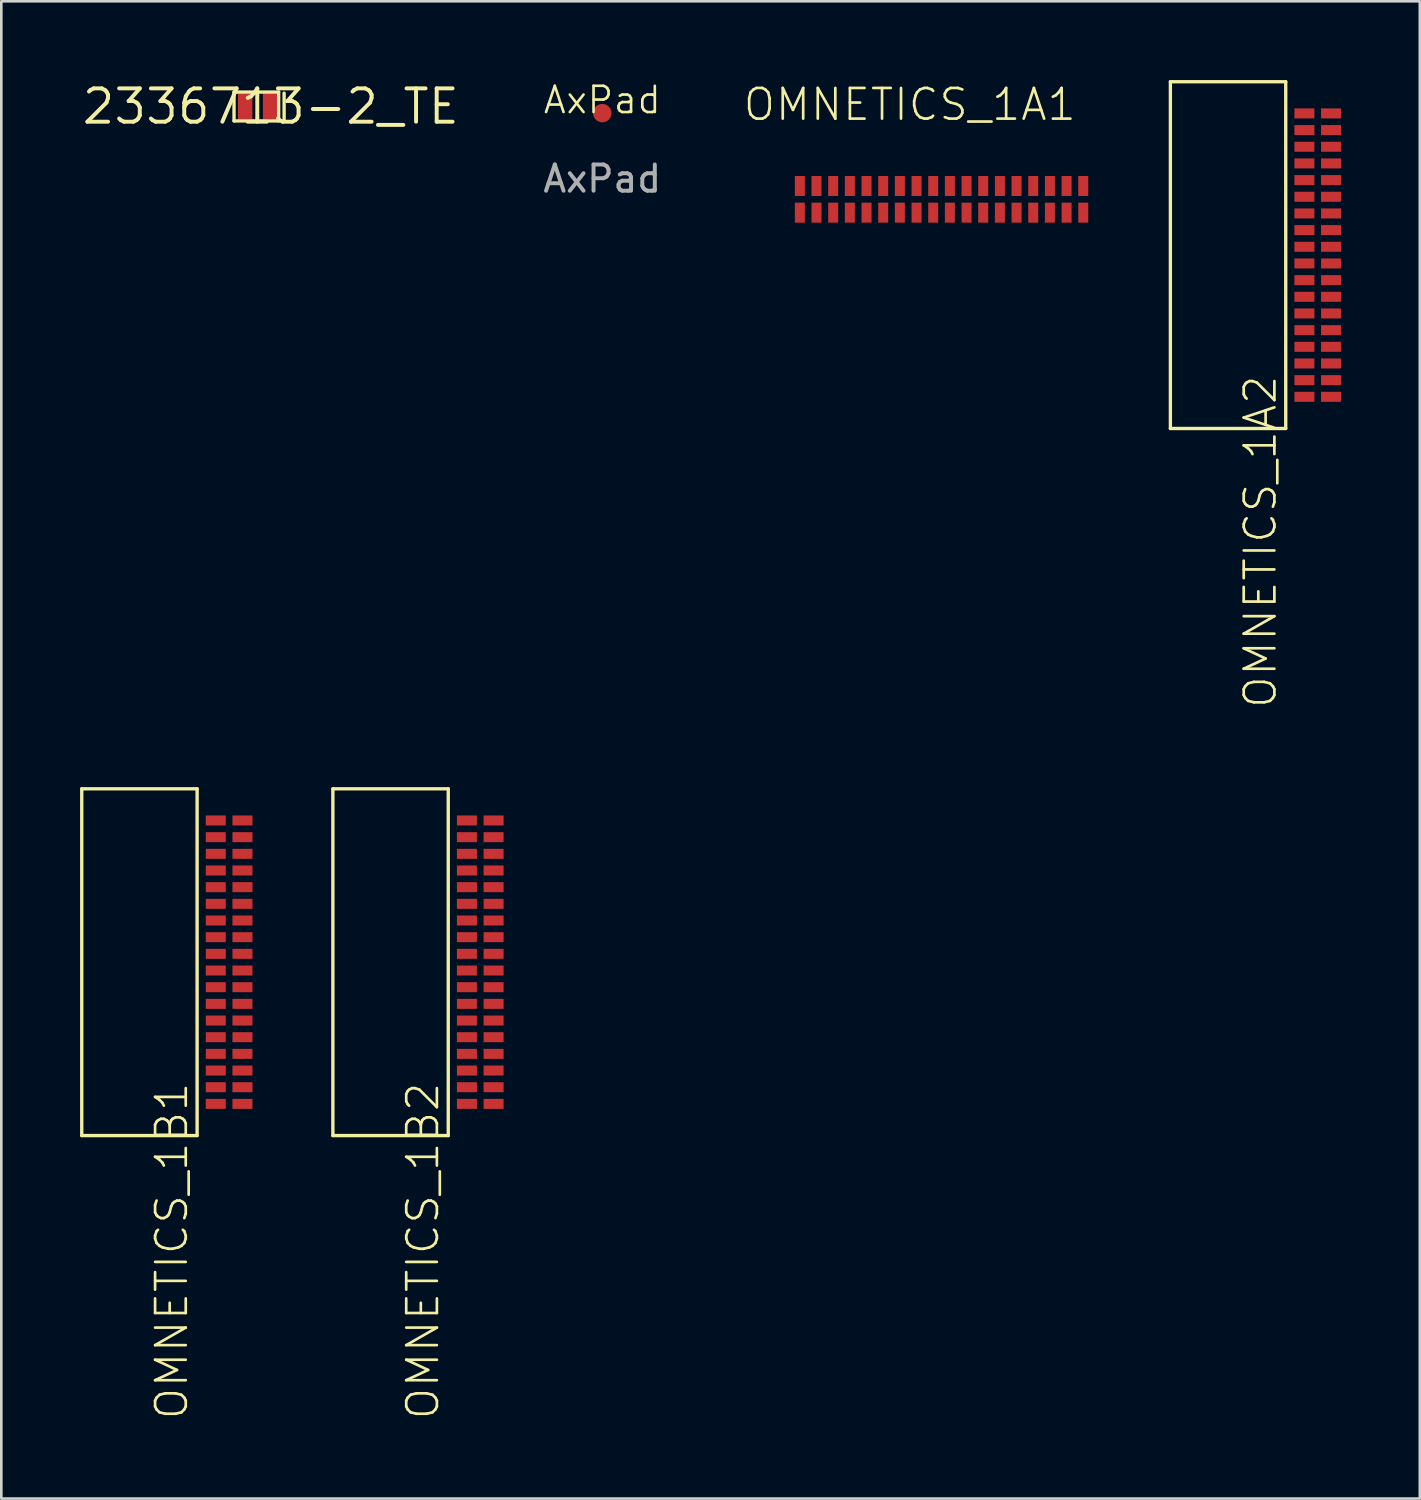
<source format=kicad_pcb>
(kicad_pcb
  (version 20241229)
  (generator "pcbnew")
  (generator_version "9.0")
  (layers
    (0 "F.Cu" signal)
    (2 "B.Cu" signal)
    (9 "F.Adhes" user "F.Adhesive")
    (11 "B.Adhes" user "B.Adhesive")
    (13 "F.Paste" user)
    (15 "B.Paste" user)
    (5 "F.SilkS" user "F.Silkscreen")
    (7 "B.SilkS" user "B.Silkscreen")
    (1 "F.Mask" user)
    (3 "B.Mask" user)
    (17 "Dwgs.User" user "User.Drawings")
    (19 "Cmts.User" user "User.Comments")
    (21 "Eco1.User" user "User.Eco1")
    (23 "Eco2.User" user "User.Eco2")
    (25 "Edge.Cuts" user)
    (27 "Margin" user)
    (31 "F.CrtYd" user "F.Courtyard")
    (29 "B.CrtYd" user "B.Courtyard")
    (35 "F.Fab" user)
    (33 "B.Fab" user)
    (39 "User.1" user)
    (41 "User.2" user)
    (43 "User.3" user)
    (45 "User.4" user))
  (footprint "AxPad"
    (layer "F.Cu")
    (at 19.892 1.26)
    (property "Reference" "AxPad" (at 0 -0.5 0) (unlocked yes) (layer "F.SilkS") (effects (font (size 1 1) (thickness 0.1))))
    (fp_text user "${REFERENCE}" (at 0 2.5 0) (unlocked yes) (layer "F.Fab") (effects (font (size 1 1) (thickness 0.15))))
    (pad "1" smd circle (at 0 0) (size 0.7 0.7) (layers "F.Cu" "F.Mask" "F.Paste")))
  (footprint "OMNETICS_1A1"
    (layer "F.Cu")
    (at 38.217 4.534)
    (property "Reference" "OMNETICS_1A1" (at -0.205 -4.284 180) (layer "F.SilkS") (effects (font (size 1.168 1.168) (thickness 0.102)) (justify right top)))
    (pad "1A1" smd rect (at -0.64 -0.5 180) (size 0.381 0.762) (layers "F.Cu" "F.Mask" "F.Paste"))
    (pad "1A1G" smd rect (at -10.8 -0.5 180) (size 0.381 0.762) (layers "F.Cu" "F.Mask" "F.Paste"))
    (pad "1A1G" smd rect (at -0.005 -0.5 180) (size 0.381 0.762) (layers "F.Cu" "F.Mask" "F.Paste"))
    (pad "1A1R" smd rect (at -10.8 0.516 180) (size 0.381 0.762) (layers "F.Cu" "F.Mask" "F.Paste"))
    (pad "1A1R" smd rect (at -0.005 0.516 180) (size 0.381 0.762) (layers "F.Cu" "F.Mask" "F.Paste"))
    (pad "1A2" smd rect (at -1.275 -0.5 180) (size 0.381 0.762) (layers "F.Cu" "F.Mask" "F.Paste"))
    (pad "1A3" smd rect (at -1.91 -0.5 180) (size 0.381 0.762) (layers "F.Cu" "F.Mask" "F.Paste"))
    (pad "1A4" smd rect (at -2.545 -0.5 180) (size 0.381 0.762) (layers "F.Cu" "F.Mask" "F.Paste"))
    (pad "1A5" smd rect (at -3.18 -0.5 180) (size 0.381 0.762) (layers "F.Cu" "F.Mask" "F.Paste"))
    (pad "1A6" smd rect (at -3.815 -0.5 180) (size 0.381 0.762) (layers "F.Cu" "F.Mask" "F.Paste"))
    (pad "1A7" smd rect (at -4.45 -0.5 180) (size 0.381 0.762) (layers "F.Cu" "F.Mask" "F.Paste"))
    (pad "1A8" smd rect (at -5.085 -0.5 180) (size 0.381 0.762) (layers "F.Cu" "F.Mask" "F.Paste"))
    (pad "1A9" smd rect (at -5.72 -0.5 180) (size 0.381 0.762) (layers "F.Cu" "F.Mask" "F.Paste"))
    (pad "1A10" smd rect (at -6.355 -0.5 180) (size 0.381 0.762) (layers "F.Cu" "F.Mask" "F.Paste"))
    (pad "1A11" smd rect (at -6.99 -0.5 180) (size 0.381 0.762) (layers "F.Cu" "F.Mask" "F.Paste"))
    (pad "1A12" smd rect (at -7.625 -0.5 180) (size 0.381 0.762) (layers "F.Cu" "F.Mask" "F.Paste"))
    (pad "1A13" smd rect (at -8.26 -0.5 180) (size 0.381 0.762) (layers "F.Cu" "F.Mask" "F.Paste"))
    (pad "1A14" smd rect (at -8.895 -0.5 180) (size 0.381 0.762) (layers "F.Cu" "F.Mask" "F.Paste"))
    (pad "1A15" smd rect (at -9.53 -0.5 180) (size 0.381 0.762) (layers "F.Cu" "F.Mask" "F.Paste"))
    (pad "1A16" smd rect (at -10.165 -0.5 180) (size 0.381 0.762) (layers "F.Cu" "F.Mask" "F.Paste"))
    (pad "1A17" smd rect (at -0.64 0.516 180) (size 0.381 0.762) (layers "F.Cu" "F.Mask" "F.Paste"))
    (pad "1A18" smd rect (at -1.275 0.516 180) (size 0.381 0.762) (layers "F.Cu" "F.Mask" "F.Paste"))
    (pad "1A19" smd rect (at -1.91 0.516 180) (size 0.381 0.762) (layers "F.Cu" "F.Mask" "F.Paste"))
    (pad "1A20" smd rect (at -2.545 0.516 180) (size 0.381 0.762) (layers "F.Cu" "F.Mask" "F.Paste"))
    (pad "1A21" smd rect (at -3.18 0.516 180) (size 0.381 0.762) (layers "F.Cu" "F.Mask" "F.Paste"))
    (pad "1A22" smd rect (at -3.815 0.516 180) (size 0.381 0.762) (layers "F.Cu" "F.Mask" "F.Paste"))
    (pad "1A23" smd rect (at -4.45 0.516 180) (size 0.381 0.762) (layers "F.Cu" "F.Mask" "F.Paste"))
    (pad "1A24" smd rect (at -5.085 0.516 180) (size 0.381 0.762) (layers "F.Cu" "F.Mask" "F.Paste"))
    (pad "1A25" smd rect (at -5.72 0.516 180) (size 0.381 0.762) (layers "F.Cu" "F.Mask" "F.Paste"))
    (pad "1A26" smd rect (at -6.355 0.516 180) (size 0.381 0.762) (layers "F.Cu" "F.Mask" "F.Paste"))
    (pad "1A27" smd rect (at -6.99 0.516 180) (size 0.381 0.762) (layers "F.Cu" "F.Mask" "F.Paste"))
    (pad "1A28" smd rect (at -7.625 0.516 180) (size 0.381 0.762) (layers "F.Cu" "F.Mask" "F.Paste"))
    (pad "1A29" smd rect (at -8.26 0.516 180) (size 0.381 0.762) (layers "F.Cu" "F.Mask" "F.Paste"))
    (pad "1A30" smd rect (at -8.895 0.516 180) (size 0.381 0.762) (layers "F.Cu" "F.Mask" "F.Paste"))
    (pad "1A31" smd rect (at -9.53 0.516 180) (size 0.381 0.762) (layers "F.Cu" "F.Mask" "F.Paste"))
    (pad "1A32" smd rect (at -10.165 0.516 180) (size 0.381 0.762) (layers "F.Cu" "F.Mask" "F.Paste")))
  (footprint "2336713-2_TE"
    (layer "F.Cu")
    (at 7.264 1.006)
    (property "Reference" "2336713-2_TE" (at 0 0 0) (layer "F.SilkS") (effects (font (size 1.27 1.27) (thickness 0.15))))
    (fp_line (start -1.4 0.55) (end -1.4 -0.55) (stroke (width 0.127) (type solid)) (layer "F.SilkS"))
    (fp_line (start 0.3 -0.55) (end -1.4 -0.55) (stroke (width 0.127) (type solid)) (layer "F.SilkS"))
    (fp_line (start 0.3 -0.55) (end 0.3 0.55) (stroke (width 0.127) (type solid)) (layer "F.SilkS"))
    (fp_line (start 0.3 0.55) (end -1.4 0.55) (stroke (width 0.127) (type solid)) (layer "F.SilkS"))
    (fp_line (start 0.508 -0.508) (end 0.508 0.508) (stroke (width 0.127) (type solid)) (layer "F.SilkS"))
    (pad "P$1" smd rect (at -0.975 0) (size 0.55 1) (layers "F.Cu" "F.Mask" "F.Paste"))
    (pad "P$2" smd rect (at 0 0) (size 0.6 1) (layers "F.Cu" "F.Mask" "F.Paste")))
  (footprint "OMNETICS_1A2"
    (layer "F.Cu")
    (at 47.152 1.27)
    (property "Reference" "OMNETICS_1A2" (at -2.878 9.906 270) (layer "F.SilkS") (effects (font (size 1.168 1.168) (thickness 0.102)) (justify right top)))
    (fp_line (start -5.621 -1.206) (end -5.621 12.002) (stroke (width 0.127) (type solid)) (layer "F.SilkS"))
    (fp_line (start -5.621 12.002) (end -1.227 12.002) (stroke (width 0.127) (type solid)) (layer "F.SilkS"))
    (fp_line (start -1.227 -1.206) (end -5.621 -1.206) (stroke (width 0.127) (type solid)) (layer "F.SilkS"))
    (fp_line (start -1.227 12.002) (end -1.227 -1.206) (stroke (width 0.127) (type solid)) (layer "F.SilkS"))
    (pad "1A2G" smd rect (at -0.516 0 270) (size 0.381 0.762) (layers "F.Cu" "F.Mask" "F.Paste"))
    (pad "1A2G" smd rect (at -0.516 10.795 270) (size 0.381 0.762) (layers "F.Cu" "F.Mask" "F.Paste"))
    (pad "1A2R" smd rect (at 0.5 0 270) (size 0.381 0.762) (layers "F.Cu" "F.Mask" "F.Paste"))
    (pad "1A2R" smd rect (at 0.5 10.795 270) (size 0.381 0.762) (layers "F.Cu" "F.Mask" "F.Paste"))
    (pad "1A33" smd rect (at -0.516 0.635 270) (size 0.381 0.762) (layers "F.Cu" "F.Mask" "F.Paste"))
    (pad "1A34" smd rect (at -0.516 1.27 270) (size 0.381 0.762) (layers "F.Cu" "F.Mask" "F.Paste"))
    (pad "1A35" smd rect (at -0.516 1.905 270) (size 0.381 0.762) (layers "F.Cu" "F.Mask" "F.Paste"))
    (pad "1A36" smd rect (at -0.516 2.54 270) (size 0.381 0.762) (layers "F.Cu" "F.Mask" "F.Paste"))
    (pad "1A37" smd rect (at -0.516 3.175 270) (size 0.381 0.762) (layers "F.Cu" "F.Mask" "F.Paste"))
    (pad "1A38" smd rect (at -0.516 3.81 270) (size 0.381 0.762) (layers "F.Cu" "F.Mask" "F.Paste"))
    (pad "1A39" smd rect (at -0.516 4.445 270) (size 0.381 0.762) (layers "F.Cu" "F.Mask" "F.Paste"))
    (pad "1A40" smd rect (at -0.516 5.08 270) (size 0.381 0.762) (layers "F.Cu" "F.Mask" "F.Paste"))
    (pad "1A41" smd rect (at -0.516 5.715 270) (size 0.381 0.762) (layers "F.Cu" "F.Mask" "F.Paste"))
    (pad "1A42" smd rect (at -0.516 6.35 270) (size 0.381 0.762) (layers "F.Cu" "F.Mask" "F.Paste"))
    (pad "1A43" smd rect (at -0.516 6.985 270) (size 0.381 0.762) (layers "F.Cu" "F.Mask" "F.Paste"))
    (pad "1A44" smd rect (at -0.516 7.62 270) (size 0.381 0.762) (layers "F.Cu" "F.Mask" "F.Paste"))
    (pad "1A45" smd rect (at -0.516 8.255 270) (size 0.381 0.762) (layers "F.Cu" "F.Mask" "F.Paste"))
    (pad "1A46" smd rect (at -0.516 8.89 270) (size 0.381 0.762) (layers "F.Cu" "F.Mask" "F.Paste"))
    (pad "1A47" smd rect (at -0.516 9.525 270) (size 0.381 0.762) (layers "F.Cu" "F.Mask" "F.Paste"))
    (pad "1A48" smd rect (at -0.516 10.16 270) (size 0.381 0.762) (layers "F.Cu" "F.Mask" "F.Paste"))
    (pad "1A49" smd rect (at 0.5 0.635 270) (size 0.381 0.762) (layers "F.Cu" "F.Mask" "F.Paste"))
    (pad "1A50" smd rect (at 0.5 1.27 270) (size 0.381 0.762) (layers "F.Cu" "F.Mask" "F.Paste"))
    (pad "1A51" smd rect (at 0.5 1.905 270) (size 0.381 0.762) (layers "F.Cu" "F.Mask" "F.Paste"))
    (pad "1A52" smd rect (at 0.5 2.54 270) (size 0.381 0.762) (layers "F.Cu" "F.Mask" "F.Paste"))
    (pad "1A53" smd rect (at 0.5 3.175 270) (size 0.381 0.762) (layers "F.Cu" "F.Mask" "F.Paste"))
    (pad "1A54" smd rect (at 0.5 3.81 270) (size 0.381 0.762) (layers "F.Cu" "F.Mask" "F.Paste"))
    (pad "1A55" smd rect (at 0.5 4.445 270) (size 0.381 0.762) (layers "F.Cu" "F.Mask" "F.Paste"))
    (pad "1A56" smd rect (at 0.5 5.08 270) (size 0.381 0.762) (layers "F.Cu" "F.Mask" "F.Paste"))
    (pad "1A57" smd rect (at 0.5 5.715 270) (size 0.381 0.762) (layers "F.Cu" "F.Mask" "F.Paste"))
    (pad "1A58" smd rect (at 0.5 6.35 270) (size 0.381 0.762) (layers "F.Cu" "F.Mask" "F.Paste"))
    (pad "1A59" smd rect (at 0.5 6.985 270) (size 0.381 0.762) (layers "F.Cu" "F.Mask" "F.Paste"))
    (pad "1A60" smd rect (at 0.5 7.62 270) (size 0.381 0.762) (layers "F.Cu" "F.Mask" "F.Paste"))
    (pad "1A61" smd rect (at 0.5 8.255 270) (size 0.381 0.762) (layers "F.Cu" "F.Mask" "F.Paste"))
    (pad "1A62" smd rect (at 0.5 8.89 270) (size 0.381 0.762) (layers "F.Cu" "F.Mask" "F.Paste"))
    (pad "1A63" smd rect (at 0.5 9.525 270) (size 0.381 0.762) (layers "F.Cu" "F.Mask" "F.Paste"))
    (pad "1A64" smd rect (at 0.5 10.16 270) (size 0.381 0.762) (layers "F.Cu" "F.Mask" "F.Paste")))
  (footprint "OMNETICS_1B1"
    (layer "F.Cu")
    (at 5.685 28.203)
    (property "Reference" "OMNETICS_1B1" (at -2.878 9.906 270) (layer "F.SilkS") (effects (font (size 1.168 1.168) (thickness 0.102)) (justify right top)))
    (fp_line (start -5.621 -1.206) (end -5.621 12.002) (stroke (width 0.127) (type solid)) (layer "F.SilkS"))
    (fp_line (start -5.621 12.002) (end -1.227 12.002) (stroke (width 0.127) (type solid)) (layer "F.SilkS"))
    (fp_line (start -1.227 -1.206) (end -5.621 -1.206) (stroke (width 0.127) (type solid)) (layer "F.SilkS"))
    (fp_line (start -1.227 12.002) (end -1.227 -1.206) (stroke (width 0.127) (type solid)) (layer "F.SilkS"))
    (pad "1B1" smd rect (at -0.516 0 270) (size 0.381 0.762) (layers "F.Cu" "F.Mask" "F.Paste"))
    (pad "1B2" smd rect (at -0.516 0.635 270) (size 0.381 0.762) (layers "F.Cu" "F.Mask" "F.Paste"))
    (pad "1B3" smd rect (at -0.516 1.27 270) (size 0.381 0.762) (layers "F.Cu" "F.Mask" "F.Paste"))
    (pad "1B4" smd rect (at -0.516 1.905 270) (size 0.381 0.762) (layers "F.Cu" "F.Mask" "F.Paste"))
    (pad "1B5" smd rect (at -0.516 2.54 270) (size 0.381 0.762) (layers "F.Cu" "F.Mask" "F.Paste"))
    (pad "1B6" smd rect (at -0.516 3.175 270) (size 0.381 0.762) (layers "F.Cu" "F.Mask" "F.Paste"))
    (pad "1B7" smd rect (at -0.516 3.81 270) (size 0.381 0.762) (layers "F.Cu" "F.Mask" "F.Paste"))
    (pad "1B8" smd rect (at -0.516 4.445 270) (size 0.381 0.762) (layers "F.Cu" "F.Mask" "F.Paste"))
    (pad "1B9" smd rect (at -0.516 5.08 270) (size 0.381 0.762) (layers "F.Cu" "F.Mask" "F.Paste"))
    (pad "1B10" smd rect (at -0.516 5.715 270) (size 0.381 0.762) (layers "F.Cu" "F.Mask" "F.Paste"))
    (pad "1B11" smd rect (at -0.516 6.35 270) (size 0.381 0.762) (layers "F.Cu" "F.Mask" "F.Paste"))
    (pad "1B12" smd rect (at -0.516 6.985 270) (size 0.381 0.762) (layers "F.Cu" "F.Mask" "F.Paste"))
    (pad "1B13" smd rect (at -0.516 7.62 270) (size 0.381 0.762) (layers "F.Cu" "F.Mask" "F.Paste"))
    (pad "1B14" smd rect (at -0.516 8.255 270) (size 0.381 0.762) (layers "F.Cu" "F.Mask" "F.Paste"))
    (pad "1B15" smd rect (at -0.516 8.89 270) (size 0.381 0.762) (layers "F.Cu" "F.Mask" "F.Paste"))
    (pad "1B16" smd rect (at -0.516 9.525 270) (size 0.381 0.762) (layers "F.Cu" "F.Mask" "F.Paste"))
    (pad "1B17" smd rect (at -0.516 10.16 270) (size 0.381 0.762) (layers "F.Cu" "F.Mask" "F.Paste"))
    (pad "1B18" smd rect (at -0.516 10.795 270) (size 0.381 0.762) (layers "F.Cu" "F.Mask" "F.Paste"))
    (pad "1B19" smd rect (at 0.5 0 270) (size 0.381 0.762) (layers "F.Cu" "F.Mask" "F.Paste"))
    (pad "1B20" smd rect (at 0.5 0.635 270) (size 0.381 0.762) (layers "F.Cu" "F.Mask" "F.Paste"))
    (pad "1B21" smd rect (at 0.5 1.27 270) (size 0.381 0.762) (layers "F.Cu" "F.Mask" "F.Paste"))
    (pad "1B22" smd rect (at 0.5 1.905 270) (size 0.381 0.762) (layers "F.Cu" "F.Mask" "F.Paste"))
    (pad "1B23" smd rect (at 0.5 2.54 270) (size 0.381 0.762) (layers "F.Cu" "F.Mask" "F.Paste"))
    (pad "1B24" smd rect (at 0.5 3.175 270) (size 0.381 0.762) (layers "F.Cu" "F.Mask" "F.Paste"))
    (pad "1B25" smd rect (at 0.5 3.81 270) (size 0.381 0.762) (layers "F.Cu" "F.Mask" "F.Paste"))
    (pad "1B26" smd rect (at 0.5 4.445 270) (size 0.381 0.762) (layers "F.Cu" "F.Mask" "F.Paste"))
    (pad "1B27" smd rect (at 0.5 5.08 270) (size 0.381 0.762) (layers "F.Cu" "F.Mask" "F.Paste"))
    (pad "1B28" smd rect (at 0.5 5.715 270) (size 0.381 0.762) (layers "F.Cu" "F.Mask" "F.Paste"))
    (pad "1B29" smd rect (at 0.5 6.35 270) (size 0.381 0.762) (layers "F.Cu" "F.Mask" "F.Paste"))
    (pad "1B30" smd rect (at 0.5 6.985 270) (size 0.381 0.762) (layers "F.Cu" "F.Mask" "F.Paste"))
    (pad "1B31" smd rect (at 0.5 7.62 270) (size 0.381 0.762) (layers "F.Cu" "F.Mask" "F.Paste"))
    (pad "1B32" smd rect (at 0.5 8.255 270) (size 0.381 0.762) (layers "F.Cu" "F.Mask" "F.Paste"))
    (pad "1B33" smd rect (at 0.5 8.89 270) (size 0.381 0.762) (layers "F.Cu" "F.Mask" "F.Paste"))
    (pad "1B34" smd rect (at 0.5 9.525 270) (size 0.381 0.762) (layers "F.Cu" "F.Mask" "F.Paste"))
    (pad "1B35" smd rect (at 0.5 10.16 270) (size 0.381 0.762) (layers "F.Cu" "F.Mask" "F.Paste"))
    (pad "1B36" smd rect (at 0.5 10.795 270) (size 0.381 0.762) (layers "F.Cu" "F.Mask" "F.Paste")))
  (footprint "OMNETICS_1B2"
    (layer "F.Cu")
    (at 15.251 28.203)
    (property "Reference" "OMNETICS_1B2" (at -2.878 9.906 270) (layer "F.SilkS") (effects (font (size 1.168 1.168) (thickness 0.102)) (justify right top)))
    (fp_line (start -5.621 -1.206) (end -5.621 12.002) (stroke (width 0.127) (type solid)) (layer "F.SilkS"))
    (fp_line (start -5.621 12.002) (end -1.227 12.002) (stroke (width 0.127) (type solid)) (layer "F.SilkS"))
    (fp_line (start -1.227 -1.206) (end -5.621 -1.206) (stroke (width 0.127) (type solid)) (layer "F.SilkS"))
    (fp_line (start -1.227 12.002) (end -1.227 -1.206) (stroke (width 0.127) (type solid)) (layer "F.SilkS"))
    (pad "1B1" smd rect (at -0.516 0 270) (size 0.381 0.762) (layers "F.Cu" "F.Mask" "F.Paste"))
    (pad "1B2" smd rect (at -0.516 0.635 270) (size 0.381 0.762) (layers "F.Cu" "F.Mask" "F.Paste"))
    (pad "1B3" smd rect (at -0.516 1.27 270) (size 0.381 0.762) (layers "F.Cu" "F.Mask" "F.Paste"))
    (pad "1B4" smd rect (at -0.516 1.905 270) (size 0.381 0.762) (layers "F.Cu" "F.Mask" "F.Paste"))
    (pad "1B5" smd rect (at -0.516 2.54 270) (size 0.381 0.762) (layers "F.Cu" "F.Mask" "F.Paste"))
    (pad "1B6" smd rect (at -0.516 3.175 270) (size 0.381 0.762) (layers "F.Cu" "F.Mask" "F.Paste"))
    (pad "1B7" smd rect (at -0.516 3.81 270) (size 0.381 0.762) (layers "F.Cu" "F.Mask" "F.Paste"))
    (pad "1B8" smd rect (at -0.516 4.445 270) (size 0.381 0.762) (layers "F.Cu" "F.Mask" "F.Paste"))
    (pad "1B9" smd rect (at -0.516 5.08 270) (size 0.381 0.762) (layers "F.Cu" "F.Mask" "F.Paste"))
    (pad "1B10" smd rect (at -0.516 5.715 270) (size 0.381 0.762) (layers "F.Cu" "F.Mask" "F.Paste"))
    (pad "1B11" smd rect (at -0.516 6.35 270) (size 0.381 0.762) (layers "F.Cu" "F.Mask" "F.Paste"))
    (pad "1B12" smd rect (at -0.516 6.985 270) (size 0.381 0.762) (layers "F.Cu" "F.Mask" "F.Paste"))
    (pad "1B13" smd rect (at -0.516 7.62 270) (size 0.381 0.762) (layers "F.Cu" "F.Mask" "F.Paste"))
    (pad "1B14" smd rect (at -0.516 8.255 270) (size 0.381 0.762) (layers "F.Cu" "F.Mask" "F.Paste"))
    (pad "1B15" smd rect (at -0.516 8.89 270) (size 0.381 0.762) (layers "F.Cu" "F.Mask" "F.Paste"))
    (pad "1B16" smd rect (at -0.516 9.525 270) (size 0.381 0.762) (layers "F.Cu" "F.Mask" "F.Paste"))
    (pad "1B17" smd rect (at -0.516 10.16 270) (size 0.381 0.762) (layers "F.Cu" "F.Mask" "F.Paste"))
    (pad "1B18" smd rect (at -0.516 10.795 270) (size 0.381 0.762) (layers "F.Cu" "F.Mask" "F.Paste"))
    (pad "1B19" smd rect (at 0.5 0 270) (size 0.381 0.762) (layers "F.Cu" "F.Mask" "F.Paste"))
    (pad "1B20" smd rect (at 0.5 0.635 270) (size 0.381 0.762) (layers "F.Cu" "F.Mask" "F.Paste"))
    (pad "1B21" smd rect (at 0.5 1.27 270) (size 0.381 0.762) (layers "F.Cu" "F.Mask" "F.Paste"))
    (pad "1B22" smd rect (at 0.5 1.905 270) (size 0.381 0.762) (layers "F.Cu" "F.Mask" "F.Paste"))
    (pad "1B23" smd rect (at 0.5 2.54 270) (size 0.381 0.762) (layers "F.Cu" "F.Mask" "F.Paste"))
    (pad "1B24" smd rect (at 0.5 3.175 270) (size 0.381 0.762) (layers "F.Cu" "F.Mask" "F.Paste"))
    (pad "1B25" smd rect (at 0.5 3.81 270) (size 0.381 0.762) (layers "F.Cu" "F.Mask" "F.Paste"))
    (pad "1B26" smd rect (at 0.5 4.445 270) (size 0.381 0.762) (layers "F.Cu" "F.Mask" "F.Paste"))
    (pad "1B27" smd rect (at 0.5 5.08 270) (size 0.381 0.762) (layers "F.Cu" "F.Mask" "F.Paste"))
    (pad "1B28" smd rect (at 0.5 5.715 270) (size 0.381 0.762) (layers "F.Cu" "F.Mask" "F.Paste"))
    (pad "1B29" smd rect (at 0.5 6.35 270) (size 0.381 0.762) (layers "F.Cu" "F.Mask" "F.Paste"))
    (pad "1B30" smd rect (at 0.5 6.985 270) (size 0.381 0.762) (layers "F.Cu" "F.Mask" "F.Paste"))
    (pad "1B31" smd rect (at 0.5 7.62 270) (size 0.381 0.762) (layers "F.Cu" "F.Mask" "F.Paste"))
    (pad "1B32" smd rect (at 0.5 8.255 270) (size 0.381 0.762) (layers "F.Cu" "F.Mask" "F.Paste"))
    (pad "1B33" smd rect (at 0.5 8.89 270) (size 0.381 0.762) (layers "F.Cu" "F.Mask" "F.Paste"))
    (pad "1B34" smd rect (at 0.5 9.525 270) (size 0.381 0.762) (layers "F.Cu" "F.Mask" "F.Paste"))
    (pad "1B35" smd rect (at 0.5 10.16 270) (size 0.381 0.762) (layers "F.Cu" "F.Mask" "F.Paste"))
    (pad "1B36" smd rect (at 0.5 10.795 270) (size 0.381 0.762) (layers "F.Cu" "F.Mask" "F.Paste")))
  (gr_rect
    (start -3 -3)
    (end 51.033 54.032)
    (stroke (width 0.1) (type default))
    (fill no)
    (layer "Edge.Cuts")))
</source>
